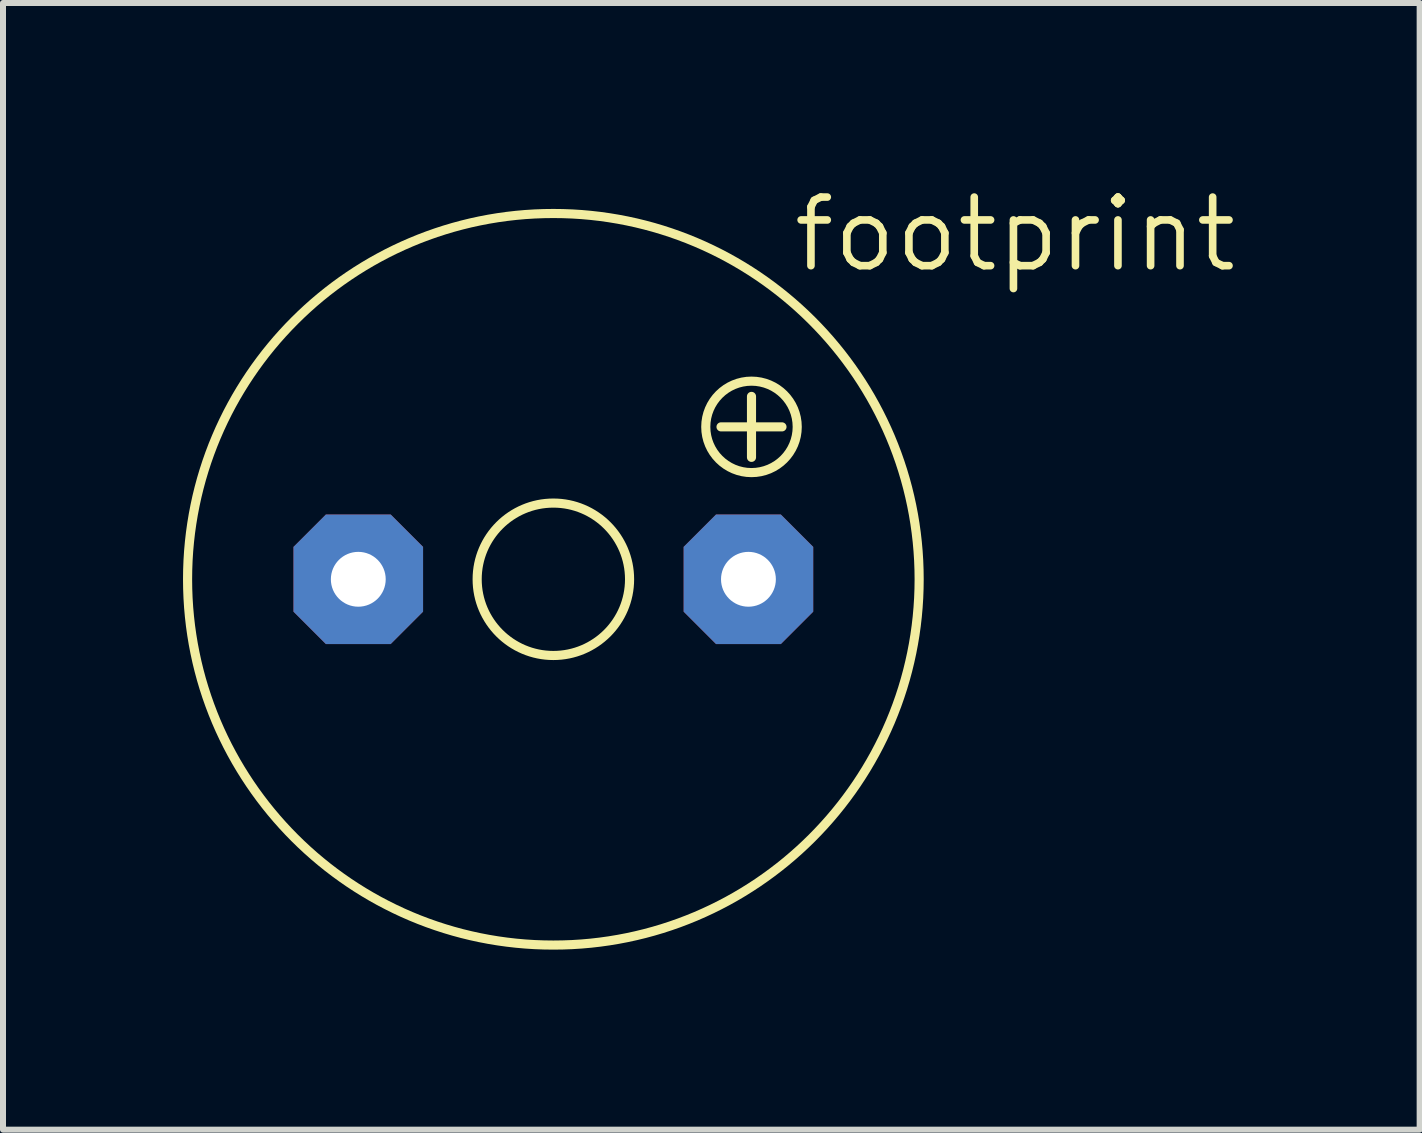
<source format=kicad_pcb>
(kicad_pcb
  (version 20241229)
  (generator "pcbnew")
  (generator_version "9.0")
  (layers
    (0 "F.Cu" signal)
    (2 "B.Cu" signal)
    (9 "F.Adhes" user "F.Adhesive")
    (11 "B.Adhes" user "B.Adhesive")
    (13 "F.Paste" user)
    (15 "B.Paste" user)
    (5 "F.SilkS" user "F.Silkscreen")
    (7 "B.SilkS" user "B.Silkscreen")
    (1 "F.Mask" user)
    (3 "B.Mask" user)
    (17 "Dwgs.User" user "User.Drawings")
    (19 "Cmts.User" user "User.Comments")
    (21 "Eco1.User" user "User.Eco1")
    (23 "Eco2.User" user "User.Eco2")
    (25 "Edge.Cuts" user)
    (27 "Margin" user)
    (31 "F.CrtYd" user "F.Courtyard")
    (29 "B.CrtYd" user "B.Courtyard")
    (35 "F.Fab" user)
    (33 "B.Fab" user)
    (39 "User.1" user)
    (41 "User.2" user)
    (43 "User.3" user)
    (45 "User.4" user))
  (footprint "footprint"
    (layer "F.Cu")
    (at 6.172 6.604)
    (property "Reference" "footprint" (at 3.937 -5.08 0) (layer "F.SilkS") (effects (font (size 1.143 1.143) (thickness 0.127)) (justify left bottom)))
    (fp_line (start 2.794 -2.54) (end 3.81 -2.54) (stroke (width 0.152) (type solid)) (layer "F.SilkS"))
    (fp_line (start 3.302 -3.048) (end 3.302 -2.032) (stroke (width 0.152) (type solid)) (layer "F.SilkS"))
    (fp_circle (center 0 0) (end 1.27 0) (stroke (width 0.152) (type solid)) (fill no) (layer "F.SilkS"))
    (fp_circle (center 0 0) (end 6.096 0) (stroke (width 0.152) (type solid)) (fill no) (layer "F.SilkS"))
    (fp_circle (center 3.302 -2.54) (end 4.064 -2.54) (stroke (width 0.152) (type solid)) (fill no) (layer "F.SilkS"))
    (pad "+" thru_hole roundrect (at 3.251 0) (size 2.159 2.159) (drill 0.914) (layers "*.Cu" "*.Mask") (roundrect_rratio 0.25) (chamfer_ratio 0.25) (chamfer top_left top_right bottom_left bottom_right))
    (pad "-" thru_hole roundrect (at -3.251 0) (size 2.159 2.159) (drill 0.914) (layers "*.Cu" "*.Mask") (roundrect_rratio 0.25) (chamfer_ratio 0.25) (chamfer top_left top_right bottom_left bottom_right)))
  (gr_rect
    (start -3 -3)
    (end 20.609 15.776)
    (stroke (width 0.1) (type default))
    (fill no)
    (layer "Edge.Cuts")))
</source>
